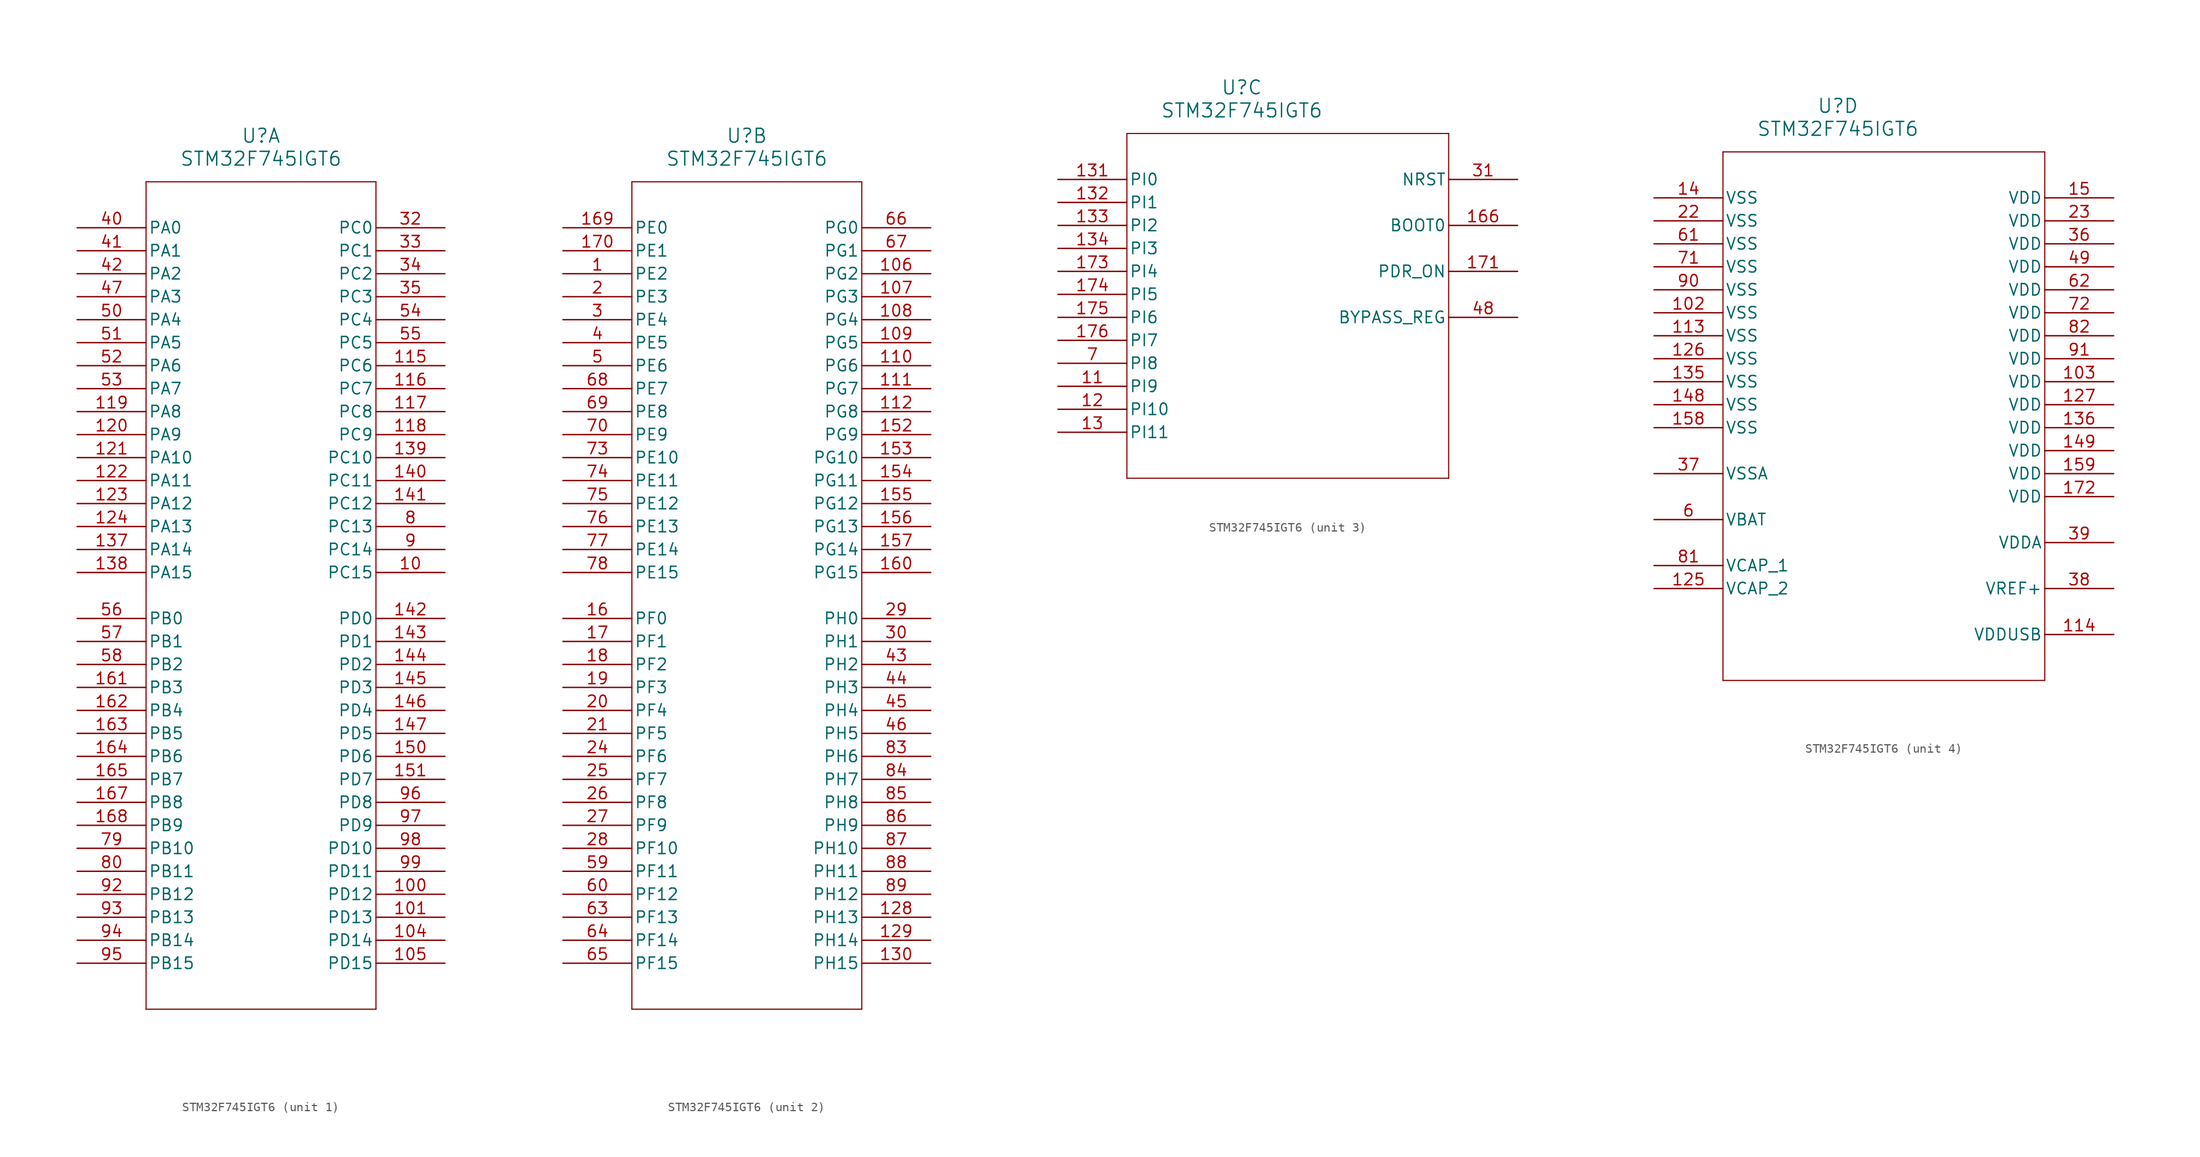
<source format=kicad_sym>
(kicad_symbol_lib
  (version 20211014)
  (generator kicad_symbol_editor)
  (symbol "STM32F745IGT6"
    (pin_names
      (offset 0.254))
    (property "Reference" "U"
      (at 20.32 10.16 0)
      (effects (font (size 1.524 1.524))))
    (property "Value" "STM32F745IGT6"
      (at 20.32 7.62 0)
      (effects (font (size 1.524 1.524))))
    (symbol "STM32F745IGT6_1_1"
      (polyline (pts (xy 7.62 5.08) (xy 7.62 -86.36)) (stroke (width 0.127) (type default) (color 0 0 0 0)) (fill (type none)))
      (polyline (pts (xy 7.62 -86.36) (xy 33.02 -86.36)) (stroke (width 0.127) (type default) (color 0 0 0 0)) (fill (type none)))
      (polyline (pts (xy 33.02 -86.36) (xy 33.02 5.08)) (stroke (width 0.127) (type default) (color 0 0 0 0)) (fill (type none)))
      (polyline (pts (xy 33.02 5.08) (xy 7.62 5.08)) (stroke (width 0.127) (type default) (color 0 0 0 0)) (fill (type none)))
      (pin bidirectional line (at 40.64 -33.02 180) (length 7.62) (name "PC13" (effects (font (size 1.27 1.27)))) (number "8" (effects (font (size 1.27 1.27)))))
      (pin bidirectional line (at 40.64 -35.56 180) (length 7.62) (name "PC14" (effects (font (size 1.27 1.27)))) (number "9" (effects (font (size 1.27 1.27)))))
      (pin bidirectional line (at 40.64 -38.1 180) (length 7.62) (name "PC15" (effects (font (size 1.27 1.27)))) (number "10" (effects (font (size 1.27 1.27)))))
      (pin bidirectional line (at 40.64 0 180) (length 7.62) (name "PC0" (effects (font (size 1.27 1.27)))) (number "32" (effects (font (size 1.27 1.27)))))
      (pin bidirectional line (at 40.64 -2.54 180) (length 7.62) (name "PC1" (effects (font (size 1.27 1.27)))) (number "33" (effects (font (size 1.27 1.27)))))
      (pin bidirectional line (at 40.64 -5.08 180) (length 7.62) (name "PC2" (effects (font (size 1.27 1.27)))) (number "34" (effects (font (size 1.27 1.27)))))
      (pin bidirectional line (at 40.64 -7.62 180) (length 7.62) (name "PC3" (effects (font (size 1.27 1.27)))) (number "35" (effects (font (size 1.27 1.27)))))
      (pin bidirectional line (at 0 0 0) (length 7.62) (name "PA0" (effects (font (size 1.27 1.27)))) (number "40" (effects (font (size 1.27 1.27)))))
      (pin bidirectional line (at 0 -2.54 0) (length 7.62) (name "PA1" (effects (font (size 1.27 1.27)))) (number "41" (effects (font (size 1.27 1.27)))))
      (pin bidirectional line (at 0 -5.08 0) (length 7.62) (name "PA2" (effects (font (size 1.27 1.27)))) (number "42" (effects (font (size 1.27 1.27)))))
      (pin bidirectional line (at 0 -7.62 0) (length 7.62) (name "PA3" (effects (font (size 1.27 1.27)))) (number "47" (effects (font (size 1.27 1.27)))))
      (pin bidirectional line (at 0 -10.16 0) (length 7.62) (name "PA4" (effects (font (size 1.27 1.27)))) (number "50" (effects (font (size 1.27 1.27)))))
      (pin bidirectional line (at 0 -12.7 0) (length 7.62) (name "PA5" (effects (font (size 1.27 1.27)))) (number "51" (effects (font (size 1.27 1.27)))))
      (pin bidirectional line (at 0 -15.24 0) (length 7.62) (name "PA6" (effects (font (size 1.27 1.27)))) (number "52" (effects (font (size 1.27 1.27)))))
      (pin bidirectional line (at 0 -17.78 0) (length 7.62) (name "PA7" (effects (font (size 1.27 1.27)))) (number "53" (effects (font (size 1.27 1.27)))))
      (pin bidirectional line (at 40.64 -10.16 180) (length 7.62) (name "PC4" (effects (font (size 1.27 1.27)))) (number "54" (effects (font (size 1.27 1.27)))))
      (pin bidirectional line (at 40.64 -12.7 180) (length 7.62) (name "PC5" (effects (font (size 1.27 1.27)))) (number "55" (effects (font (size 1.27 1.27)))))
      (pin bidirectional line (at 0 -43.18 0) (length 7.62) (name "PB0" (effects (font (size 1.27 1.27)))) (number "56" (effects (font (size 1.27 1.27)))))
      (pin bidirectional line (at 0 -45.72 0) (length 7.62) (name "PB1" (effects (font (size 1.27 1.27)))) (number "57" (effects (font (size 1.27 1.27)))))
      (pin bidirectional line (at 0 -48.26 0) (length 7.62) (name "PB2" (effects (font (size 1.27 1.27)))) (number "58" (effects (font (size 1.27 1.27)))))
      (pin bidirectional line (at 0 -68.58 0) (length 7.62) (name "PB10" (effects (font (size 1.27 1.27)))) (number "79" (effects (font (size 1.27 1.27)))))
      (pin bidirectional line (at 0 -71.12 0) (length 7.62) (name "PB11" (effects (font (size 1.27 1.27)))) (number "80" (effects (font (size 1.27 1.27)))))
      (pin bidirectional line (at 0 -73.66 0) (length 7.62) (name "PB12" (effects (font (size 1.27 1.27)))) (number "92" (effects (font (size 1.27 1.27)))))
      (pin bidirectional line (at 0 -76.2 0) (length 7.62) (name "PB13" (effects (font (size 1.27 1.27)))) (number "93" (effects (font (size 1.27 1.27)))))
      (pin bidirectional line (at 0 -78.74 0) (length 7.62) (name "PB14" (effects (font (size 1.27 1.27)))) (number "94" (effects (font (size 1.27 1.27)))))
      (pin bidirectional line (at 0 -81.28 0) (length 7.62) (name "PB15" (effects (font (size 1.27 1.27)))) (number "95" (effects (font (size 1.27 1.27)))))
      (pin bidirectional line (at 40.64 -63.5 180) (length 7.62) (name "PD8" (effects (font (size 1.27 1.27)))) (number "96" (effects (font (size 1.27 1.27)))))
      (pin bidirectional line (at 40.64 -66.04 180) (length 7.62) (name "PD9" (effects (font (size 1.27 1.27)))) (number "97" (effects (font (size 1.27 1.27)))))
      (pin bidirectional line (at 40.64 -68.58 180) (length 7.62) (name "PD10" (effects (font (size 1.27 1.27)))) (number "98" (effects (font (size 1.27 1.27)))))
      (pin bidirectional line (at 40.64 -71.12 180) (length 7.62) (name "PD11" (effects (font (size 1.27 1.27)))) (number "99" (effects (font (size 1.27 1.27)))))
      (pin bidirectional line (at 40.64 -73.66 180) (length 7.62) (name "PD12" (effects (font (size 1.27 1.27)))) (number "100" (effects (font (size 1.27 1.27)))))
      (pin bidirectional line (at 40.64 -76.2 180) (length 7.62) (name "PD13" (effects (font (size 1.27 1.27)))) (number "101" (effects (font (size 1.27 1.27)))))
      (pin bidirectional line (at 40.64 -78.74 180) (length 7.62) (name "PD14" (effects (font (size 1.27 1.27)))) (number "104" (effects (font (size 1.27 1.27)))))
      (pin bidirectional line (at 40.64 -81.28 180) (length 7.62) (name "PD15" (effects (font (size 1.27 1.27)))) (number "105" (effects (font (size 1.27 1.27)))))
      (pin bidirectional line (at 40.64 -15.24 180) (length 7.62) (name "PC6" (effects (font (size 1.27 1.27)))) (number "115" (effects (font (size 1.27 1.27)))))
      (pin bidirectional line (at 40.64 -17.78 180) (length 7.62) (name "PC7" (effects (font (size 1.27 1.27)))) (number "116" (effects (font (size 1.27 1.27)))))
      (pin bidirectional line (at 40.64 -20.32 180) (length 7.62) (name "PC8" (effects (font (size 1.27 1.27)))) (number "117" (effects (font (size 1.27 1.27)))))
      (pin bidirectional line (at 40.64 -22.86 180) (length 7.62) (name "PC9" (effects (font (size 1.27 1.27)))) (number "118" (effects (font (size 1.27 1.27)))))
      (pin bidirectional line (at 0 -20.32 0) (length 7.62) (name "PA8" (effects (font (size 1.27 1.27)))) (number "119" (effects (font (size 1.27 1.27)))))
      (pin bidirectional line (at 0 -22.86 0) (length 7.62) (name "PA9" (effects (font (size 1.27 1.27)))) (number "120" (effects (font (size 1.27 1.27)))))
      (pin bidirectional line (at 0 -25.4 0) (length 7.62) (name "PA10" (effects (font (size 1.27 1.27)))) (number "121" (effects (font (size 1.27 1.27)))))
      (pin bidirectional line (at 0 -27.94 0) (length 7.62) (name "PA11" (effects (font (size 1.27 1.27)))) (number "122" (effects (font (size 1.27 1.27)))))
      (pin bidirectional line (at 0 -30.48 0) (length 7.62) (name "PA12" (effects (font (size 1.27 1.27)))) (number "123" (effects (font (size 1.27 1.27)))))
      (pin bidirectional line (at 0 -33.02 0) (length 7.62) (name "PA13" (effects (font (size 1.27 1.27)))) (number "124" (effects (font (size 1.27 1.27)))))
      (pin bidirectional line (at 0 -35.56 0) (length 7.62) (name "PA14" (effects (font (size 1.27 1.27)))) (number "137" (effects (font (size 1.27 1.27)))))
      (pin bidirectional line (at 0 -38.1 0) (length 7.62) (name "PA15" (effects (font (size 1.27 1.27)))) (number "138" (effects (font (size 1.27 1.27)))))
      (pin bidirectional line (at 40.64 -25.4 180) (length 7.62) (name "PC10" (effects (font (size 1.27 1.27)))) (number "139" (effects (font (size 1.27 1.27)))))
      (pin bidirectional line (at 40.64 -27.94 180) (length 7.62) (name "PC11" (effects (font (size 1.27 1.27)))) (number "140" (effects (font (size 1.27 1.27)))))
      (pin bidirectional line (at 40.64 -30.48 180) (length 7.62) (name "PC12" (effects (font (size 1.27 1.27)))) (number "141" (effects (font (size 1.27 1.27)))))
      (pin bidirectional line (at 40.64 -43.18 180) (length 7.62) (name "PD0" (effects (font (size 1.27 1.27)))) (number "142" (effects (font (size 1.27 1.27)))))
      (pin bidirectional line (at 40.64 -45.72 180) (length 7.62) (name "PD1" (effects (font (size 1.27 1.27)))) (number "143" (effects (font (size 1.27 1.27)))))
      (pin bidirectional line (at 40.64 -48.26 180) (length 7.62) (name "PD2" (effects (font (size 1.27 1.27)))) (number "144" (effects (font (size 1.27 1.27)))))
      (pin bidirectional line (at 40.64 -50.8 180) (length 7.62) (name "PD3" (effects (font (size 1.27 1.27)))) (number "145" (effects (font (size 1.27 1.27)))))
      (pin bidirectional line (at 40.64 -53.34 180) (length 7.62) (name "PD4" (effects (font (size 1.27 1.27)))) (number "146" (effects (font (size 1.27 1.27)))))
      (pin bidirectional line (at 40.64 -55.88 180) (length 7.62) (name "PD5" (effects (font (size 1.27 1.27)))) (number "147" (effects (font (size 1.27 1.27)))))
      (pin bidirectional line (at 40.64 -58.42 180) (length 7.62) (name "PD6" (effects (font (size 1.27 1.27)))) (number "150" (effects (font (size 1.27 1.27)))))
      (pin bidirectional line (at 40.64 -60.96 180) (length 7.62) (name "PD7" (effects (font (size 1.27 1.27)))) (number "151" (effects (font (size 1.27 1.27)))))
      (pin bidirectional line (at 0 -50.8 0) (length 7.62) (name "PB3" (effects (font (size 1.27 1.27)))) (number "161" (effects (font (size 1.27 1.27)))))
      (pin bidirectional line (at 0 -53.34 0) (length 7.62) (name "PB4" (effects (font (size 1.27 1.27)))) (number "162" (effects (font (size 1.27 1.27)))))
      (pin bidirectional line (at 0 -55.88 0) (length 7.62) (name "PB5" (effects (font (size 1.27 1.27)))) (number "163" (effects (font (size 1.27 1.27)))))
      (pin bidirectional line (at 0 -58.42 0) (length 7.62) (name "PB6" (effects (font (size 1.27 1.27)))) (number "164" (effects (font (size 1.27 1.27)))))
      (pin bidirectional line (at 0 -60.96 0) (length 7.62) (name "PB7" (effects (font (size 1.27 1.27)))) (number "165" (effects (font (size 1.27 1.27)))))
      (pin bidirectional line (at 0 -63.5 0) (length 7.62) (name "PB8" (effects (font (size 1.27 1.27)))) (number "167" (effects (font (size 1.27 1.27)))))
      (pin bidirectional line (at 0 -66.04 0) (length 7.62) (name "PB9" (effects (font (size 1.27 1.27)))) (number "168" (effects (font (size 1.27 1.27))))))
    (symbol "STM32F745IGT6_2_1"
      (polyline (pts (xy 7.62 5.08) (xy 7.62 -86.36)) (stroke (width 0.127) (type default) (color 0 0 0 0)) (fill (type none)))
      (polyline (pts (xy 7.62 -86.36) (xy 33.02 -86.36)) (stroke (width 0.127) (type default) (color 0 0 0 0)) (fill (type none)))
      (polyline (pts (xy 33.02 -86.36) (xy 33.02 5.08)) (stroke (width 0.127) (type default) (color 0 0 0 0)) (fill (type none)))
      (polyline (pts (xy 33.02 5.08) (xy 7.62 5.08)) (stroke (width 0.127) (type default) (color 0 0 0 0)) (fill (type none)))
      (pin bidirectional line (at 0 -5.08 0) (length 7.62) (name "PE2" (effects (font (size 1.27 1.27)))) (number "1" (effects (font (size 1.27 1.27)))))
      (pin bidirectional line (at 0 -7.62 0) (length 7.62) (name "PE3" (effects (font (size 1.27 1.27)))) (number "2" (effects (font (size 1.27 1.27)))))
      (pin bidirectional line (at 0 -10.16 0) (length 7.62) (name "PE4" (effects (font (size 1.27 1.27)))) (number "3" (effects (font (size 1.27 1.27)))))
      (pin bidirectional line (at 0 -12.7 0) (length 7.62) (name "PE5" (effects (font (size 1.27 1.27)))) (number "4" (effects (font (size 1.27 1.27)))))
      (pin bidirectional line (at 0 -15.24 0) (length 7.62) (name "PE6" (effects (font (size 1.27 1.27)))) (number "5" (effects (font (size 1.27 1.27)))))
      (pin bidirectional line (at 0 -43.18 0) (length 7.62) (name "PF0" (effects (font (size 1.27 1.27)))) (number "16" (effects (font (size 1.27 1.27)))))
      (pin bidirectional line (at 0 -45.72 0) (length 7.62) (name "PF1" (effects (font (size 1.27 1.27)))) (number "17" (effects (font (size 1.27 1.27)))))
      (pin bidirectional line (at 0 -48.26 0) (length 7.62) (name "PF2" (effects (font (size 1.27 1.27)))) (number "18" (effects (font (size 1.27 1.27)))))
      (pin bidirectional line (at 0 -50.8 0) (length 7.62) (name "PF3" (effects (font (size 1.27 1.27)))) (number "19" (effects (font (size 1.27 1.27)))))
      (pin bidirectional line (at 0 -53.34 0) (length 7.62) (name "PF4" (effects (font (size 1.27 1.27)))) (number "20" (effects (font (size 1.27 1.27)))))
      (pin bidirectional line (at 0 -55.88 0) (length 7.62) (name "PF5" (effects (font (size 1.27 1.27)))) (number "21" (effects (font (size 1.27 1.27)))))
      (pin bidirectional line (at 0 -58.42 0) (length 7.62) (name "PF6" (effects (font (size 1.27 1.27)))) (number "24" (effects (font (size 1.27 1.27)))))
      (pin bidirectional line (at 0 -60.96 0) (length 7.62) (name "PF7" (effects (font (size 1.27 1.27)))) (number "25" (effects (font (size 1.27 1.27)))))
      (pin bidirectional line (at 0 -63.5 0) (length 7.62) (name "PF8" (effects (font (size 1.27 1.27)))) (number "26" (effects (font (size 1.27 1.27)))))
      (pin bidirectional line (at 0 -66.04 0) (length 7.62) (name "PF9" (effects (font (size 1.27 1.27)))) (number "27" (effects (font (size 1.27 1.27)))))
      (pin bidirectional line (at 0 -68.58 0) (length 7.62) (name "PF10" (effects (font (size 1.27 1.27)))) (number "28" (effects (font (size 1.27 1.27)))))
      (pin bidirectional line (at 40.64 -43.18 180) (length 7.62) (name "PH0" (effects (font (size 1.27 1.27)))) (number "29" (effects (font (size 1.27 1.27)))))
      (pin bidirectional line (at 40.64 -45.72 180) (length 7.62) (name "PH1" (effects (font (size 1.27 1.27)))) (number "30" (effects (font (size 1.27 1.27)))))
      (pin bidirectional line (at 40.64 -48.26 180) (length 7.62) (name "PH2" (effects (font (size 1.27 1.27)))) (number "43" (effects (font (size 1.27 1.27)))))
      (pin bidirectional line (at 40.64 -50.8 180) (length 7.62) (name "PH3" (effects (font (size 1.27 1.27)))) (number "44" (effects (font (size 1.27 1.27)))))
      (pin bidirectional line (at 40.64 -53.34 180) (length 7.62) (name "PH4" (effects (font (size 1.27 1.27)))) (number "45" (effects (font (size 1.27 1.27)))))
      (pin bidirectional line (at 40.64 -55.88 180) (length 7.62) (name "PH5" (effects (font (size 1.27 1.27)))) (number "46" (effects (font (size 1.27 1.27)))))
      (pin bidirectional line (at 0 -71.12 0) (length 7.62) (name "PF11" (effects (font (size 1.27 1.27)))) (number "59" (effects (font (size 1.27 1.27)))))
      (pin bidirectional line (at 0 -73.66 0) (length 7.62) (name "PF12" (effects (font (size 1.27 1.27)))) (number "60" (effects (font (size 1.27 1.27)))))
      (pin bidirectional line (at 0 -76.2 0) (length 7.62) (name "PF13" (effects (font (size 1.27 1.27)))) (number "63" (effects (font (size 1.27 1.27)))))
      (pin bidirectional line (at 0 -78.74 0) (length 7.62) (name "PF14" (effects (font (size 1.27 1.27)))) (number "64" (effects (font (size 1.27 1.27)))))
      (pin bidirectional line (at 0 -81.28 0) (length 7.62) (name "PF15" (effects (font (size 1.27 1.27)))) (number "65" (effects (font (size 1.27 1.27)))))
      (pin bidirectional line (at 40.64 0 180) (length 7.62) (name "PG0" (effects (font (size 1.27 1.27)))) (number "66" (effects (font (size 1.27 1.27)))))
      (pin bidirectional line (at 40.64 -2.54 180) (length 7.62) (name "PG1" (effects (font (size 1.27 1.27)))) (number "67" (effects (font (size 1.27 1.27)))))
      (pin bidirectional line (at 0 -17.78 0) (length 7.62) (name "PE7" (effects (font (size 1.27 1.27)))) (number "68" (effects (font (size 1.27 1.27)))))
      (pin bidirectional line (at 0 -20.32 0) (length 7.62) (name "PE8" (effects (font (size 1.27 1.27)))) (number "69" (effects (font (size 1.27 1.27)))))
      (pin bidirectional line (at 0 -22.86 0) (length 7.62) (name "PE9" (effects (font (size 1.27 1.27)))) (number "70" (effects (font (size 1.27 1.27)))))
      (pin bidirectional line (at 0 -25.4 0) (length 7.62) (name "PE10" (effects (font (size 1.27 1.27)))) (number "73" (effects (font (size 1.27 1.27)))))
      (pin bidirectional line (at 0 -27.94 0) (length 7.62) (name "PE11" (effects (font (size 1.27 1.27)))) (number "74" (effects (font (size 1.27 1.27)))))
      (pin bidirectional line (at 0 -30.48 0) (length 7.62) (name "PE12" (effects (font (size 1.27 1.27)))) (number "75" (effects (font (size 1.27 1.27)))))
      (pin bidirectional line (at 0 -33.02 0) (length 7.62) (name "PE13" (effects (font (size 1.27 1.27)))) (number "76" (effects (font (size 1.27 1.27)))))
      (pin bidirectional line (at 0 -35.56 0) (length 7.62) (name "PE14" (effects (font (size 1.27 1.27)))) (number "77" (effects (font (size 1.27 1.27)))))
      (pin bidirectional line (at 0 -38.1 0) (length 7.62) (name "PE15" (effects (font (size 1.27 1.27)))) (number "78" (effects (font (size 1.27 1.27)))))
      (pin bidirectional line (at 40.64 -58.42 180) (length 7.62) (name "PH6" (effects (font (size 1.27 1.27)))) (number "83" (effects (font (size 1.27 1.27)))))
      (pin bidirectional line (at 40.64 -60.96 180) (length 7.62) (name "PH7" (effects (font (size 1.27 1.27)))) (number "84" (effects (font (size 1.27 1.27)))))
      (pin bidirectional line (at 40.64 -63.5 180) (length 7.62) (name "PH8" (effects (font (size 1.27 1.27)))) (number "85" (effects (font (size 1.27 1.27)))))
      (pin bidirectional line (at 40.64 -66.04 180) (length 7.62) (name "PH9" (effects (font (size 1.27 1.27)))) (number "86" (effects (font (size 1.27 1.27)))))
      (pin bidirectional line (at 40.64 -68.58 180) (length 7.62) (name "PH10" (effects (font (size 1.27 1.27)))) (number "87" (effects (font (size 1.27 1.27)))))
      (pin bidirectional line (at 40.64 -71.12 180) (length 7.62) (name "PH11" (effects (font (size 1.27 1.27)))) (number "88" (effects (font (size 1.27 1.27)))))
      (pin bidirectional line (at 40.64 -73.66 180) (length 7.62) (name "PH12" (effects (font (size 1.27 1.27)))) (number "89" (effects (font (size 1.27 1.27)))))
      (pin bidirectional line (at 40.64 -5.08 180) (length 7.62) (name "PG2" (effects (font (size 1.27 1.27)))) (number "106" (effects (font (size 1.27 1.27)))))
      (pin bidirectional line (at 40.64 -7.62 180) (length 7.62) (name "PG3" (effects (font (size 1.27 1.27)))) (number "107" (effects (font (size 1.27 1.27)))))
      (pin bidirectional line (at 40.64 -10.16 180) (length 7.62) (name "PG4" (effects (font (size 1.27 1.27)))) (number "108" (effects (font (size 1.27 1.27)))))
      (pin bidirectional line (at 40.64 -12.7 180) (length 7.62) (name "PG5" (effects (font (size 1.27 1.27)))) (number "109" (effects (font (size 1.27 1.27)))))
      (pin bidirectional line (at 40.64 -15.24 180) (length 7.62) (name "PG6" (effects (font (size 1.27 1.27)))) (number "110" (effects (font (size 1.27 1.27)))))
      (pin bidirectional line (at 40.64 -17.78 180) (length 7.62) (name "PG7" (effects (font (size 1.27 1.27)))) (number "111" (effects (font (size 1.27 1.27)))))
      (pin bidirectional line (at 40.64 -20.32 180) (length 7.62) (name "PG8" (effects (font (size 1.27 1.27)))) (number "112" (effects (font (size 1.27 1.27)))))
      (pin bidirectional line (at 40.64 -76.2 180) (length 7.62) (name "PH13" (effects (font (size 1.27 1.27)))) (number "128" (effects (font (size 1.27 1.27)))))
      (pin bidirectional line (at 40.64 -78.74 180) (length 7.62) (name "PH14" (effects (font (size 1.27 1.27)))) (number "129" (effects (font (size 1.27 1.27)))))
      (pin bidirectional line (at 40.64 -81.28 180) (length 7.62) (name "PH15" (effects (font (size 1.27 1.27)))) (number "130" (effects (font (size 1.27 1.27)))))
      (pin bidirectional line (at 40.64 -22.86 180) (length 7.62) (name "PG9" (effects (font (size 1.27 1.27)))) (number "152" (effects (font (size 1.27 1.27)))))
      (pin bidirectional line (at 40.64 -25.4 180) (length 7.62) (name "PG10" (effects (font (size 1.27 1.27)))) (number "153" (effects (font (size 1.27 1.27)))))
      (pin bidirectional line (at 40.64 -27.94 180) (length 7.62) (name "PG11" (effects (font (size 1.27 1.27)))) (number "154" (effects (font (size 1.27 1.27)))))
      (pin bidirectional line (at 40.64 -30.48 180) (length 7.62) (name "PG12" (effects (font (size 1.27 1.27)))) (number "155" (effects (font (size 1.27 1.27)))))
      (pin bidirectional line (at 40.64 -33.02 180) (length 7.62) (name "PG13" (effects (font (size 1.27 1.27)))) (number "156" (effects (font (size 1.27 1.27)))))
      (pin bidirectional line (at 40.64 -35.56 180) (length 7.62) (name "PG14" (effects (font (size 1.27 1.27)))) (number "157" (effects (font (size 1.27 1.27)))))
      (pin bidirectional line (at 40.64 -38.1 180) (length 7.62) (name "PG15" (effects (font (size 1.27 1.27)))) (number "160" (effects (font (size 1.27 1.27)))))
      (pin bidirectional line (at 0 0 0) (length 7.62) (name "PE0" (effects (font (size 1.27 1.27)))) (number "169" (effects (font (size 1.27 1.27)))))
      (pin bidirectional line (at 0 -2.54 0) (length 7.62) (name "PE1" (effects (font (size 1.27 1.27)))) (number "170" (effects (font (size 1.27 1.27))))))
    (symbol "STM32F745IGT6_3_1"
      (polyline (pts (xy 7.62 5.08) (xy 7.62 -33.02)) (stroke (width 0.127) (type default) (color 0 0 0 0)) (fill (type none)))
      (polyline (pts (xy 7.62 -33.02) (xy 43.18 -33.02)) (stroke (width 0.127) (type default) (color 0 0 0 0)) (fill (type none)))
      (polyline (pts (xy 43.18 -33.02) (xy 43.18 5.08)) (stroke (width 0.127) (type default) (color 0 0 0 0)) (fill (type none)))
      (polyline (pts (xy 43.18 5.08) (xy 7.62 5.08)) (stroke (width 0.127) (type default) (color 0 0 0 0)) (fill (type none)))
      (pin bidirectional line (at 0 -20.32 0) (length 7.62) (name "PI8" (effects (font (size 1.27 1.27)))) (number "7" (effects (font (size 1.27 1.27)))))
      (pin bidirectional line (at 0 -22.86 0) (length 7.62) (name "PI9" (effects (font (size 1.27 1.27)))) (number "11" (effects (font (size 1.27 1.27)))))
      (pin bidirectional line (at 0 -25.4 0) (length 7.62) (name "PI10" (effects (font (size 1.27 1.27)))) (number "12" (effects (font (size 1.27 1.27)))))
      (pin bidirectional line (at 0 -27.94 0) (length 7.62) (name "PI11" (effects (font (size 1.27 1.27)))) (number "13" (effects (font (size 1.27 1.27)))))
      (pin bidirectional line (at 50.8 0 180) (length 7.62) (name "NRST" (effects (font (size 1.27 1.27)))) (number "31" (effects (font (size 1.27 1.27)))))
      (pin bidirectional line (at 50.8 -15.24 180) (length 7.62) (name "BYPASS_REG" (effects (font (size 1.27 1.27)))) (number "48" (effects (font (size 1.27 1.27)))))
      (pin bidirectional line (at 0 0 0) (length 7.62) (name "PI0" (effects (font (size 1.27 1.27)))) (number "131" (effects (font (size 1.27 1.27)))))
      (pin bidirectional line (at 0 -2.54 0) (length 7.62) (name "PI1" (effects (font (size 1.27 1.27)))) (number "132" (effects (font (size 1.27 1.27)))))
      (pin bidirectional line (at 0 -5.08 0) (length 7.62) (name "PI2" (effects (font (size 1.27 1.27)))) (number "133" (effects (font (size 1.27 1.27)))))
      (pin bidirectional line (at 0 -7.62 0) (length 7.62) (name "PI3" (effects (font (size 1.27 1.27)))) (number "134" (effects (font (size 1.27 1.27)))))
      (pin input line (at 50.8 -5.08 180) (length 7.62) (name "BOOT0" (effects (font (size 1.27 1.27)))) (number "166" (effects (font (size 1.27 1.27)))))
      (pin bidirectional line (at 50.8 -10.16 180) (length 7.62) (name "PDR_ON" (effects (font (size 1.27 1.27)))) (number "171" (effects (font (size 1.27 1.27)))))
      (pin bidirectional line (at 0 -10.16 0) (length 7.62) (name "PI4" (effects (font (size 1.27 1.27)))) (number "173" (effects (font (size 1.27 1.27)))))
      (pin bidirectional line (at 0 -12.7 0) (length 7.62) (name "PI5" (effects (font (size 1.27 1.27)))) (number "174" (effects (font (size 1.27 1.27)))))
      (pin bidirectional line (at 0 -15.24 0) (length 7.62) (name "PI6" (effects (font (size 1.27 1.27)))) (number "175" (effects (font (size 1.27 1.27)))))
      (pin bidirectional line (at 0 -17.78 0) (length 7.62) (name "PI7" (effects (font (size 1.27 1.27)))) (number "176" (effects (font (size 1.27 1.27))))))
    (symbol "STM32F745IGT6_4_1"
      (polyline (pts (xy 7.62 5.08) (xy 7.62 -53.34)) (stroke (width 0.127) (type default) (color 0 0 0 0)) (fill (type none)))
      (polyline (pts (xy 7.62 -53.34) (xy 43.18 -53.34)) (stroke (width 0.127) (type default) (color 0 0 0 0)) (fill (type none)))
      (polyline (pts (xy 43.18 -53.34) (xy 43.18 5.08)) (stroke (width 0.127) (type default) (color 0 0 0 0)) (fill (type none)))
      (polyline (pts (xy 43.18 5.08) (xy 7.62 5.08)) (stroke (width 0.127) (type default) (color 0 0 0 0)) (fill (type none)))
      (pin power_in line (at 0 -35.56 0) (length 7.62) (name "VBAT" (effects (font (size 1.27 1.27)))) (number "6" (effects (font (size 1.27 1.27)))))
      (pin power_in line (at 0 0 0) (length 7.62) (name "VSS" (effects (font (size 1.27 1.27)))) (number "14" (effects (font (size 1.27 1.27)))))
      (pin power_in line (at 50.8 0 180) (length 7.62) (name "VDD" (effects (font (size 1.27 1.27)))) (number "15" (effects (font (size 1.27 1.27)))))
      (pin power_in line (at 0 -2.54 0) (length 7.62) (name "VSS" (effects (font (size 1.27 1.27)))) (number "22" (effects (font (size 1.27 1.27)))))
      (pin power_in line (at 50.8 -2.54 180) (length 7.62) (name "VDD" (effects (font (size 1.27 1.27)))) (number "23" (effects (font (size 1.27 1.27)))))
      (pin power_in line (at 50.8 -5.08 180) (length 7.62) (name "VDD" (effects (font (size 1.27 1.27)))) (number "36" (effects (font (size 1.27 1.27)))))
      (pin power_in line (at 0 -30.48 0) (length 7.62) (name "VSSA" (effects (font (size 1.27 1.27)))) (number "37" (effects (font (size 1.27 1.27)))))
      (pin power_in line (at 50.8 -43.18 180) (length 7.62) (name "VREF+" (effects (font (size 1.27 1.27)))) (number "38" (effects (font (size 1.27 1.27)))))
      (pin power_in line (at 50.8 -38.1 180) (length 7.62) (name "VDDA" (effects (font (size 1.27 1.27)))) (number "39" (effects (font (size 1.27 1.27)))))
      (pin power_in line (at 50.8 -7.62 180) (length 7.62) (name "VDD" (effects (font (size 1.27 1.27)))) (number "49" (effects (font (size 1.27 1.27)))))
      (pin power_in line (at 0 -5.08 0) (length 7.62) (name "VSS" (effects (font (size 1.27 1.27)))) (number "61" (effects (font (size 1.27 1.27)))))
      (pin power_in line (at 50.8 -10.16 180) (length 7.62) (name "VDD" (effects (font (size 1.27 1.27)))) (number "62" (effects (font (size 1.27 1.27)))))
      (pin power_in line (at 0 -7.62 0) (length 7.62) (name "VSS" (effects (font (size 1.27 1.27)))) (number "71" (effects (font (size 1.27 1.27)))))
      (pin power_in line (at 50.8 -12.7 180) (length 7.62) (name "VDD" (effects (font (size 1.27 1.27)))) (number "72" (effects (font (size 1.27 1.27)))))
      (pin power_in line (at 0 -40.64 0) (length 7.62) (name "VCAP_1" (effects (font (size 1.27 1.27)))) (number "81" (effects (font (size 1.27 1.27)))))
      (pin power_in line (at 50.8 -15.24 180) (length 7.62) (name "VDD" (effects (font (size 1.27 1.27)))) (number "82" (effects (font (size 1.27 1.27)))))
      (pin power_in line (at 0 -10.16 0) (length 7.62) (name "VSS" (effects (font (size 1.27 1.27)))) (number "90" (effects (font (size 1.27 1.27)))))
      (pin power_in line (at 50.8 -17.78 180) (length 7.62) (name "VDD" (effects (font (size 1.27 1.27)))) (number "91" (effects (font (size 1.27 1.27)))))
      (pin power_in line (at 0 -12.7 0) (length 7.62) (name "VSS" (effects (font (size 1.27 1.27)))) (number "102" (effects (font (size 1.27 1.27)))))
      (pin power_in line (at 50.8 -20.32 180) (length 7.62) (name "VDD" (effects (font (size 1.27 1.27)))) (number "103" (effects (font (size 1.27 1.27)))))
      (pin power_in line (at 0 -15.24 0) (length 7.62) (name "VSS" (effects (font (size 1.27 1.27)))) (number "113" (effects (font (size 1.27 1.27)))))
      (pin power_in line (at 50.8 -48.26 180) (length 7.62) (name "VDDUSB" (effects (font (size 1.27 1.27)))) (number "114" (effects (font (size 1.27 1.27)))))
      (pin power_in line (at 0 -43.18 0) (length 7.62) (name "VCAP_2" (effects (font (size 1.27 1.27)))) (number "125" (effects (font (size 1.27 1.27)))))
      (pin power_in line (at 0 -17.78 0) (length 7.62) (name "VSS" (effects (font (size 1.27 1.27)))) (number "126" (effects (font (size 1.27 1.27)))))
      (pin power_in line (at 50.8 -22.86 180) (length 7.62) (name "VDD" (effects (font (size 1.27 1.27)))) (number "127" (effects (font (size 1.27 1.27)))))
      (pin power_in line (at 0 -20.32 0) (length 7.62) (name "VSS" (effects (font (size 1.27 1.27)))) (number "135" (effects (font (size 1.27 1.27)))))
      (pin power_in line (at 50.8 -25.4 180) (length 7.62) (name "VDD" (effects (font (size 1.27 1.27)))) (number "136" (effects (font (size 1.27 1.27)))))
      (pin power_in line (at 0 -22.86 0) (length 7.62) (name "VSS" (effects (font (size 1.27 1.27)))) (number "148" (effects (font (size 1.27 1.27)))))
      (pin power_in line (at 50.8 -27.94 180) (length 7.62) (name "VDD" (effects (font (size 1.27 1.27)))) (number "149" (effects (font (size 1.27 1.27)))))
      (pin power_in line (at 0 -25.4 0) (length 7.62) (name "VSS" (effects (font (size 1.27 1.27)))) (number "158" (effects (font (size 1.27 1.27)))))
      (pin power_in line (at 50.8 -30.48 180) (length 7.62) (name "VDD" (effects (font (size 1.27 1.27)))) (number "159" (effects (font (size 1.27 1.27)))))
      (pin power_in line (at 50.8 -33.02 180) (length 7.62) (name "VDD" (effects (font (size 1.27 1.27)))) (number "172" (effects (font (size 1.27 1.27))))))))
</source>
